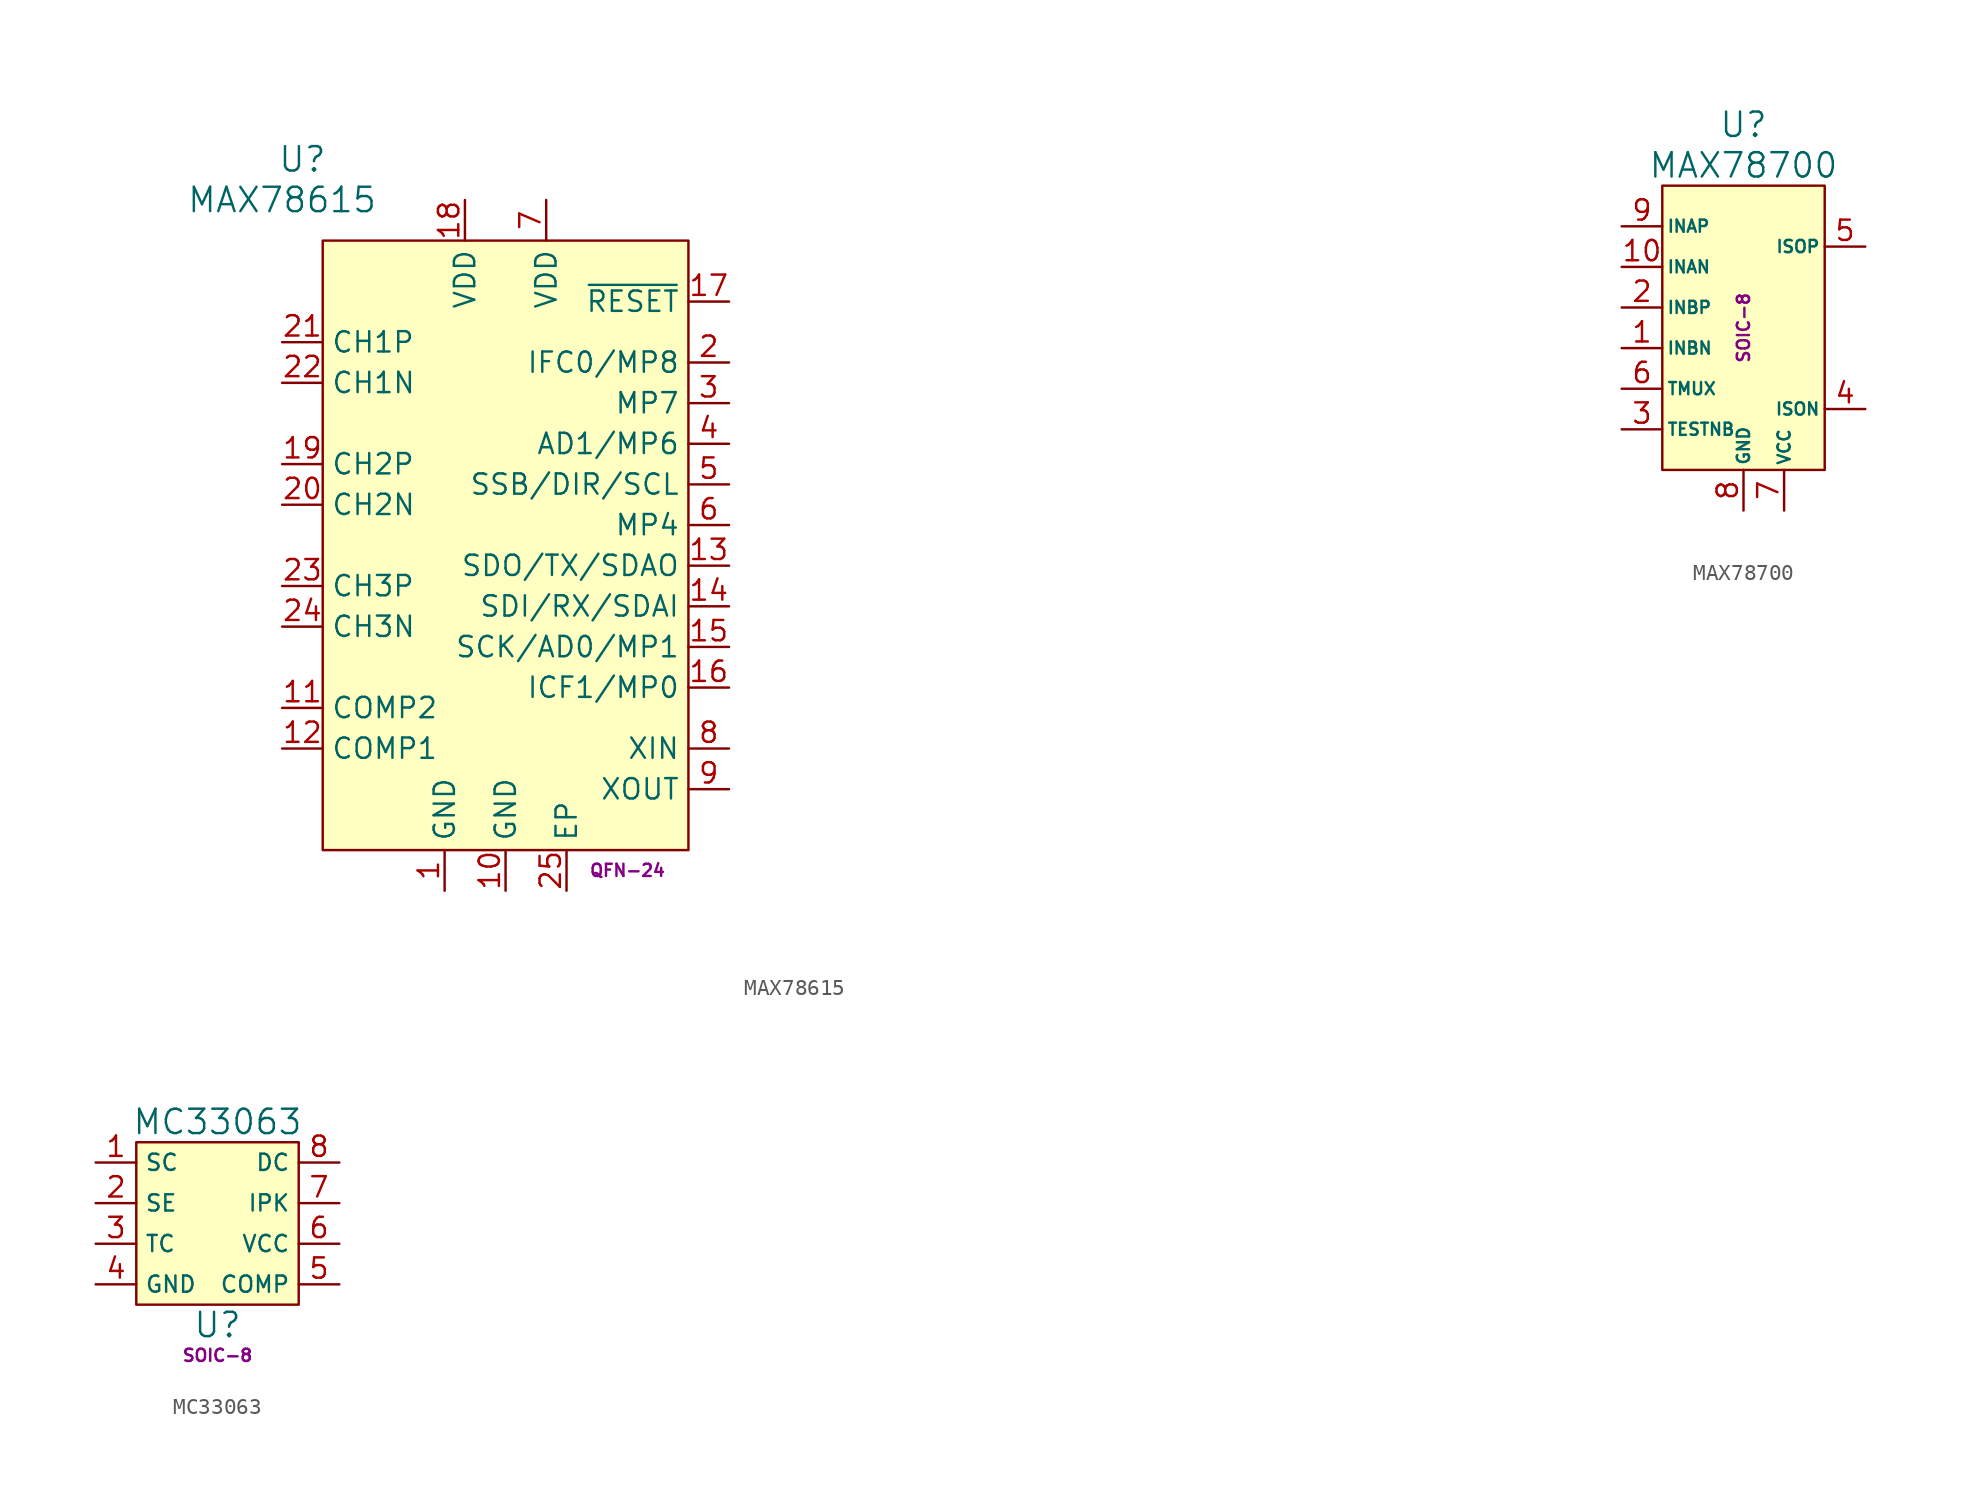
<source format=kicad_sym>
(kicad_symbol_lib
  (version 20220914)
  (generator kicad_symbol_editor)
  (symbol "MAX78615"
    (property "Reference" "U"
      (at -12.7 24.13 0)
      (effects (font (size 1.524 1.524))))
    (property "Value" "MAX78615"
      (at -13.97 21.59 0)
      (effects (font (size 1.524 1.524))))
    (property "Footprint" "QFN-24"
      (at 7.62 -20.32 0)
      (effects (font (size 0.762 0.762))))
    (property "Datasheet" ""
      (at 55.88 -13.97 0)
      (effects (font (size 1.524 1.524))))
    (symbol "MAX78615_0_1"
      (rectangle (start -11.43 19.05) (end 11.43 -19.05) (stroke (width 0) (type default)) (fill (type background))))
    (symbol "MAX78615_1_1"
      (pin bidirectional line (at -3.81 -21.59 90) (length 2.54) (name "GND" (effects (font (size 1.27 1.27)))) (number "1" (effects (font (size 1.27 1.27)))))
      (pin bidirectional line (at 0 -21.59 90) (length 2.54) (name "GND" (effects (font (size 1.27 1.27)))) (number "10" (effects (font (size 1.27 1.27)))))
      (pin bidirectional line (at -13.97 -10.16 0) (length 2.54) (name "COMP2" (effects (font (size 1.27 1.27)))) (number "11" (effects (font (size 1.27 1.27)))))
      (pin bidirectional line (at -13.97 -12.7 0) (length 2.54) (name "COMP1" (effects (font (size 1.27 1.27)))) (number "12" (effects (font (size 1.27 1.27)))))
      (pin bidirectional line (at 13.97 -1.27 180) (length 2.54) (name "SDO/TX/SDAO" (effects (font (size 1.27 1.27)))) (number "13" (effects (font (size 1.27 1.27)))))
      (pin bidirectional line (at 13.97 -3.81 180) (length 2.54) (name "SDI/RX/SDAI" (effects (font (size 1.27 1.27)))) (number "14" (effects (font (size 1.27 1.27)))))
      (pin bidirectional line (at 13.97 -6.35 180) (length 2.54) (name "SCK/AD0/MP1" (effects (font (size 1.27 1.27)))) (number "15" (effects (font (size 1.27 1.27)))))
      (pin bidirectional line (at 13.97 -8.89 180) (length 2.54) (name "ICF1/MP0" (effects (font (size 1.27 1.27)))) (number "16" (effects (font (size 1.27 1.27)))))
      (pin bidirectional line (at 13.97 15.24 180) (length 2.54) (name "~{RESET}" (effects (font (size 1.27 1.27)))) (number "17" (effects (font (size 1.27 1.27)))))
      (pin bidirectional line (at -2.54 21.59 270) (length 2.54) (name "VDD" (effects (font (size 1.27 1.27)))) (number "18" (effects (font (size 1.27 1.27)))))
      (pin bidirectional line (at -13.97 5.08 0) (length 2.54) (name "CH2P" (effects (font (size 1.27 1.27)))) (number "19" (effects (font (size 1.27 1.27)))))
      (pin bidirectional line (at 13.97 11.43 180) (length 2.54) (name "IFC0/MP8" (effects (font (size 1.27 1.27)))) (number "2" (effects (font (size 1.27 1.27)))))
      (pin bidirectional line (at -13.97 2.54 0) (length 2.54) (name "CH2N" (effects (font (size 1.27 1.27)))) (number "20" (effects (font (size 1.27 1.27)))))
      (pin bidirectional line (at -13.97 12.7 0) (length 2.54) (name "CH1P" (effects (font (size 1.27 1.27)))) (number "21" (effects (font (size 1.27 1.27)))))
      (pin bidirectional line (at -13.97 10.16 0) (length 2.54) (name "CH1N" (effects (font (size 1.27 1.27)))) (number "22" (effects (font (size 1.27 1.27)))))
      (pin bidirectional line (at -13.97 -2.54 0) (length 2.54) (name "CH3P" (effects (font (size 1.27 1.27)))) (number "23" (effects (font (size 1.27 1.27)))))
      (pin bidirectional line (at -13.97 -5.08 0) (length 2.54) (name "CH3N" (effects (font (size 1.27 1.27)))) (number "24" (effects (font (size 1.27 1.27)))))
      (pin bidirectional line (at 3.81 -21.59 90) (length 2.54) (name "EP" (effects (font (size 1.27 1.27)))) (number "25" (effects (font (size 1.27 1.27)))))
      (pin bidirectional line (at 13.97 8.89 180) (length 2.54) (name "MP7" (effects (font (size 1.27 1.27)))) (number "3" (effects (font (size 1.27 1.27)))))
      (pin bidirectional line (at 13.97 6.35 180) (length 2.54) (name "AD1/MP6" (effects (font (size 1.27 1.27)))) (number "4" (effects (font (size 1.27 1.27)))))
      (pin bidirectional line (at 13.97 3.81 180) (length 2.54) (name "SSB/DIR/SCL" (effects (font (size 1.27 1.27)))) (number "5" (effects (font (size 1.27 1.27)))))
      (pin bidirectional line (at 13.97 1.27 180) (length 2.54) (name "MP4" (effects (font (size 1.27 1.27)))) (number "6" (effects (font (size 1.27 1.27)))))
      (pin bidirectional line (at 2.54 21.59 270) (length 2.54) (name "VDD" (effects (font (size 1.27 1.27)))) (number "7" (effects (font (size 1.27 1.27)))))
      (pin bidirectional line (at 13.97 -12.7 180) (length 2.54) (name "XIN" (effects (font (size 1.27 1.27)))) (number "8" (effects (font (size 1.27 1.27)))))
      (pin bidirectional line (at 13.97 -15.24 180) (length 2.54) (name "XOUT" (effects (font (size 1.27 1.27)))) (number "9" (effects (font (size 1.27 1.27)))))))
  (symbol "MAX78700"
    (pin_names
      (offset 0.254))
    (property "Reference" "U"
      (at 0 12.7 0)
      (effects (font (size 1.524 1.524))))
    (property "Value" "MAX78700"
      (at 0 10.16 0)
      (effects (font (size 1.524 1.524))))
    (property "Footprint" "SOIC-8"
      (at 0 0 90)
      (effects (font (size 0.762 0.762))))
    (property "Datasheet" ""
      (at 0 0 0)
      (effects (font (size 1.524 1.524))))
    (symbol "MAX78700_0_1"
      (rectangle (start -5.08 8.89) (end 5.08 -8.89) (stroke (width 0) (type default)) (fill (type background))))
    (symbol "MAX78700_1_1"
      (pin bidirectional line (at -7.62 -1.27 0) (length 2.54) (name "INBN" (effects (font (size 0.762 0.762)))) (number "1" (effects (font (size 1.27 1.27)))))
      (pin bidirectional line (at -7.62 3.81 0) (length 2.54) (name "INAN" (effects (font (size 0.762 0.762)))) (number "10" (effects (font (size 1.27 1.27)))))
      (pin bidirectional line (at -7.62 1.27 0) (length 2.54) (name "INBP" (effects (font (size 0.762 0.762)))) (number "2" (effects (font (size 1.27 1.27)))))
      (pin bidirectional line (at -7.62 -6.35 0) (length 2.54) (name "TESTNB" (effects (font (size 0.762 0.762)))) (number "3" (effects (font (size 1.27 1.27)))))
      (pin bidirectional line (at 7.62 -5.08 180) (length 2.54) (name "ISON" (effects (font (size 0.762 0.762)))) (number "4" (effects (font (size 1.27 1.27)))))
      (pin bidirectional line (at 7.62 5.08 180) (length 2.54) (name "ISOP" (effects (font (size 0.762 0.762)))) (number "5" (effects (font (size 1.27 1.27)))))
      (pin bidirectional line (at -7.62 -3.81 0) (length 2.54) (name "TMUX" (effects (font (size 0.762 0.762)))) (number "6" (effects (font (size 1.27 1.27)))))
      (pin bidirectional line (at 2.54 -11.43 90) (length 2.54) (name "VCC" (effects (font (size 0.762 0.762)))) (number "7" (effects (font (size 1.27 1.27)))))
      (pin bidirectional line (at 0 -11.43 90) (length 2.54) (name "GND" (effects (font (size 0.762 0.762)))) (number "8" (effects (font (size 1.27 1.27)))))
      (pin bidirectional line (at -7.62 6.35 0) (length 2.54) (name "INAP" (effects (font (size 0.762 0.762)))) (number "9" (effects (font (size 1.27 1.27)))))))
  (symbol "MC33063"
    (property "Reference" "U"
      (at 0 -6.35 0)
      (effects (font (size 1.524 1.524))))
    (property "Value" "MC33063"
      (at 0 6.35 0)
      (effects (font (size 1.524 1.524))))
    (property "Footprint" "SOIC-8"
      (at 0 -8.255 0)
      (effects (font (size 0.762 0.762))))
    (property "Datasheet" ""
      (at 0 0 0)
      (effects (font (size 1.524 1.524))))
    (symbol "MC33063_0_1"
      (rectangle (start -5.08 5.08) (end 5.08 -5.08) (stroke (width 0) (type default)) (fill (type background))))
    (symbol "MC33063_1_1"
      (pin bidirectional line (at -7.62 3.81 0) (length 2.54) (name "SC" (effects (font (size 1.016 1.016)))) (number "1" (effects (font (size 1.27 1.27)))))
      (pin bidirectional line (at -7.62 1.27 0) (length 2.54) (name "SE" (effects (font (size 1.016 1.016)))) (number "2" (effects (font (size 1.27 1.27)))))
      (pin bidirectional line (at -7.62 -1.27 0) (length 2.54) (name "TC" (effects (font (size 1.016 1.016)))) (number "3" (effects (font (size 1.27 1.27)))))
      (pin bidirectional line (at -7.62 -3.81 0) (length 2.54) (name "GND" (effects (font (size 1.016 1.016)))) (number "4" (effects (font (size 1.27 1.27)))))
      (pin bidirectional line (at 7.62 -3.81 180) (length 2.54) (name "COMP" (effects (font (size 1.016 1.016)))) (number "5" (effects (font (size 1.27 1.27)))))
      (pin bidirectional line (at 7.62 -1.27 180) (length 2.54) (name "VCC" (effects (font (size 1.016 1.016)))) (number "6" (effects (font (size 1.27 1.27)))))
      (pin bidirectional line (at 7.62 1.27 180) (length 2.54) (name "IPK" (effects (font (size 1.016 1.016)))) (number "7" (effects (font (size 1.27 1.27)))))
      (pin bidirectional line (at 7.62 3.81 180) (length 2.54) (name "DC" (effects (font (size 1.016 1.016)))) (number "8" (effects (font (size 1.27 1.27))))))))
</source>
